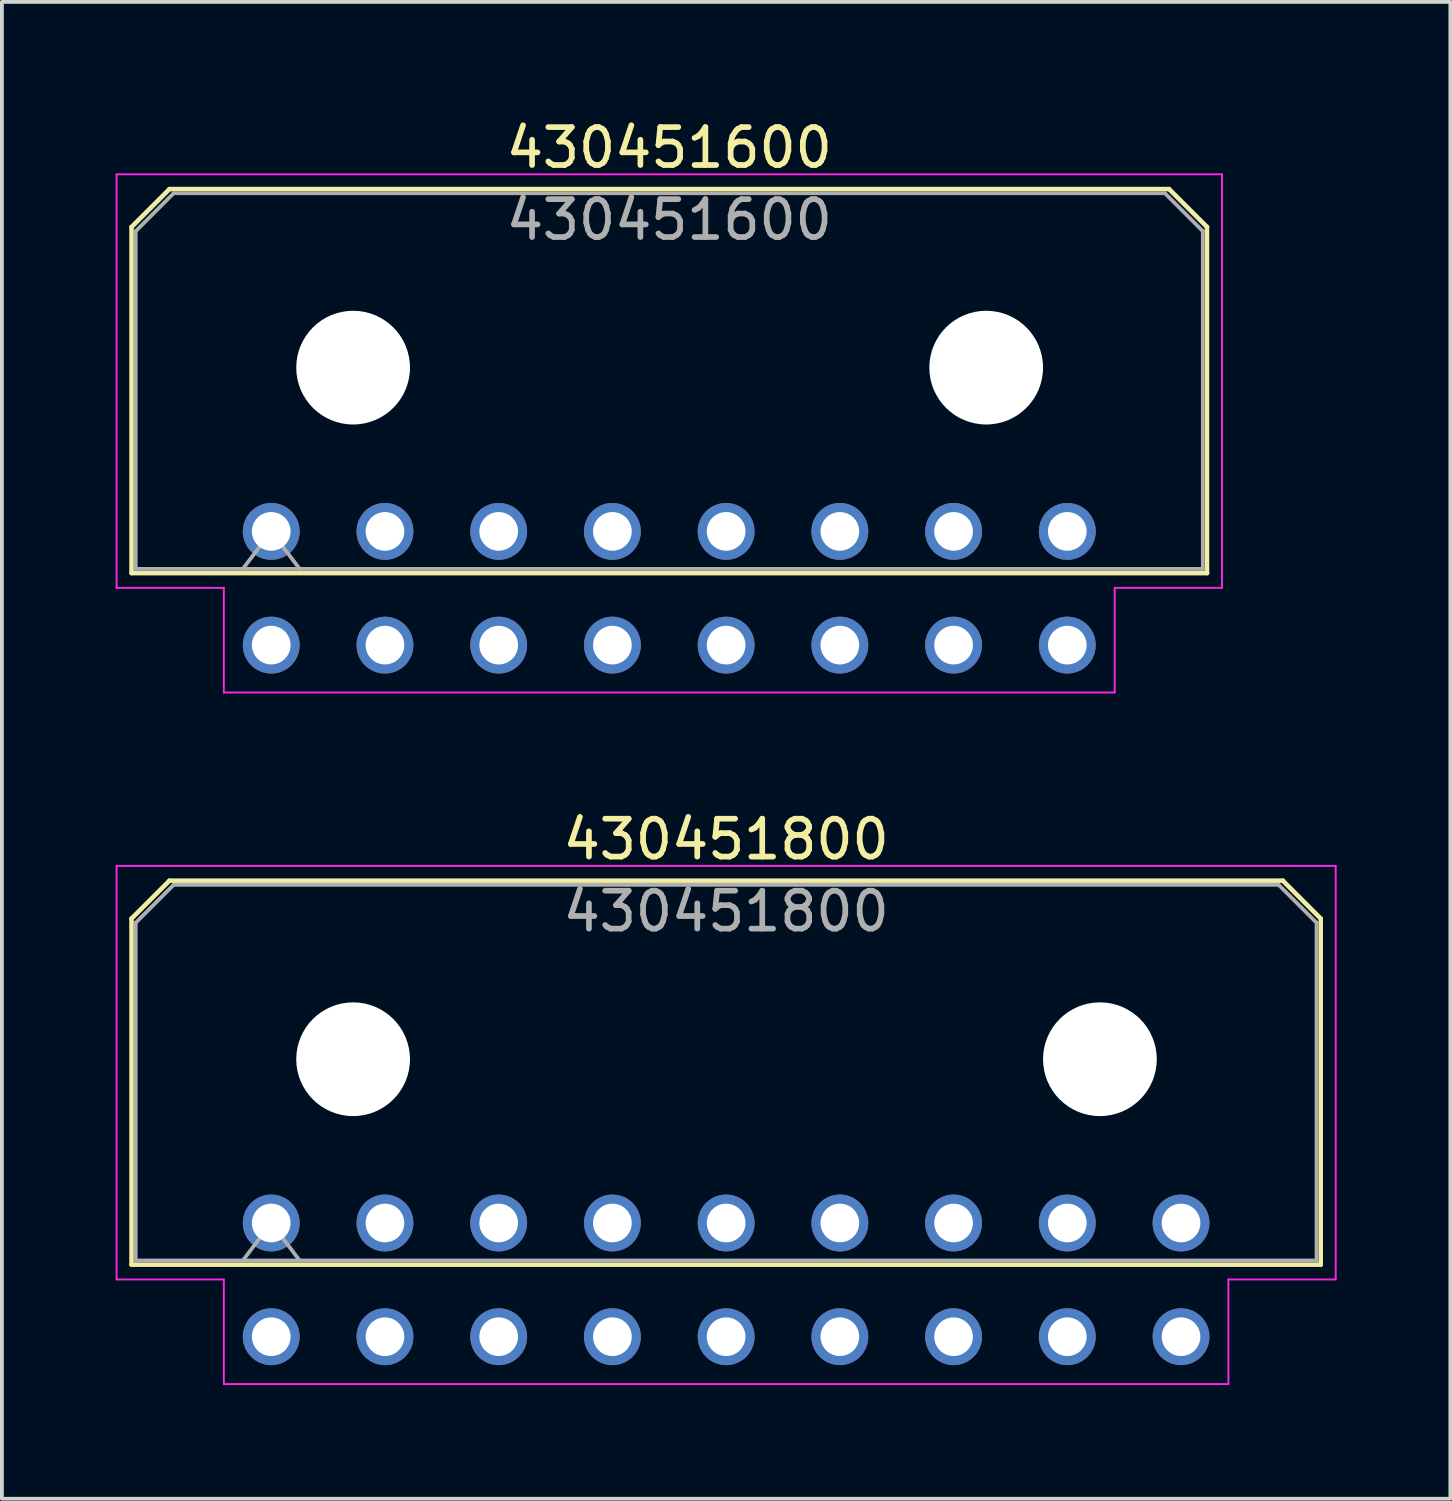
<source format=kicad_pcb>
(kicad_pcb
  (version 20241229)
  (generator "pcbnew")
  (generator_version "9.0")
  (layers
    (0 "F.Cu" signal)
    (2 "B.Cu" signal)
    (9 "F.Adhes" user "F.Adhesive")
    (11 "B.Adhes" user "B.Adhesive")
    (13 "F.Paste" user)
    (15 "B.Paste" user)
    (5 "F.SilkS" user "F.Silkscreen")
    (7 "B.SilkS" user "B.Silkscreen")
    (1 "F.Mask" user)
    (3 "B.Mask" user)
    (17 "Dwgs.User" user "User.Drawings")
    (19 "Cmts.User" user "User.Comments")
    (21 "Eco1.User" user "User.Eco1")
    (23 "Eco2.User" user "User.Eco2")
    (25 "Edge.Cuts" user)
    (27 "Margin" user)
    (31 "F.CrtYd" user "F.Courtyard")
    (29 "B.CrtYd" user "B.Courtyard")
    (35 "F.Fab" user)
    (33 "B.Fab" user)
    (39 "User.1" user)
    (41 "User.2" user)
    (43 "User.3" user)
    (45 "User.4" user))
  (footprint "430451800"
    (layer "F.Cu")
    (at 4.105 29.212)
    (property "Reference" "430451800" (at 12 -10.12 0) (layer "F.SilkS") (effects (font (size 1 1) (thickness 0.15))))
    (attr through_hole)
    (fp_line (start -3.685 -8.03) (end -2.685 -9.03) (stroke (width 0.12) (type solid)) (layer "F.SilkS"))
    (fp_line (start -3.685 1.1) (end -3.685 -8.03) (stroke (width 0.12) (type solid)) (layer "F.SilkS"))
    (fp_line (start -2.685 -9.03) (end 26.685 -9.03) (stroke (width 0.12) (type solid)) (layer "F.SilkS"))
    (fp_line (start 26.685 -9.03) (end 27.685 -8.03) (stroke (width 0.12) (type solid)) (layer "F.SilkS"))
    (fp_line (start 27.685 -8.03) (end 27.685 1.1) (stroke (width 0.12) (type solid)) (layer "F.SilkS"))
    (fp_line (start 27.685 1.1) (end -3.685 1.1) (stroke (width 0.12) (type solid)) (layer "F.SilkS"))
    (fp_line (start -4.08 -9.42) (end 28.08 -9.42) (stroke (width 0.05) (type solid)) (layer "F.CrtYd"))
    (fp_line (start -4.08 1.49) (end -4.08 -9.42) (stroke (width 0.05) (type solid)) (layer "F.CrtYd"))
    (fp_line (start -1.25 1.49) (end -4.08 1.49) (stroke (width 0.05) (type solid)) (layer "F.CrtYd"))
    (fp_line (start -1.25 4.25) (end -1.25 1.49) (stroke (width 0.05) (type solid)) (layer "F.CrtYd"))
    (fp_line (start 25.25 1.49) (end 25.25 4.25) (stroke (width 0.05) (type solid)) (layer "F.CrtYd"))
    (fp_line (start 25.25 4.25) (end -1.25 4.25) (stroke (width 0.05) (type solid)) (layer "F.CrtYd"))
    (fp_line (start 28.08 -9.42) (end 28.08 1.49) (stroke (width 0.05) (type solid)) (layer "F.CrtYd"))
    (fp_line (start 28.08 1.49) (end 25.25 1.49) (stroke (width 0.05) (type solid)) (layer "F.CrtYd"))
    (fp_line (start -3.575 -7.92) (end -2.575 -8.92) (stroke (width 0.1) (type solid)) (layer "F.Fab"))
    (fp_line (start -3.575 0.99) (end -3.575 -7.92) (stroke (width 0.1) (type solid)) (layer "F.Fab"))
    (fp_line (start -2.575 -8.92) (end 26.575 -8.92) (stroke (width 0.1) (type solid)) (layer "F.Fab"))
    (fp_line (start -0.75 0.99) (end 0 0) (stroke (width 0.1) (type solid)) (layer "F.Fab"))
    (fp_line (start 0 0) (end 0.75 0.99) (stroke (width 0.1) (type solid)) (layer "F.Fab"))
    (fp_line (start 26.575 -8.92) (end 27.575 -7.92) (stroke (width 0.1) (type solid)) (layer "F.Fab"))
    (fp_line (start 27.575 -7.92) (end 27.575 0.99) (stroke (width 0.1) (type solid)) (layer "F.Fab"))
    (fp_line (start 27.575 0.99) (end -3.575 0.99) (stroke (width 0.1) (type solid)) (layer "F.Fab"))
    (fp_text user "${REFERENCE}" (at 12 -8.22 0) (layer "F.Fab") (effects (font (size 1 1) (thickness 0.15))))
    (pad "" np_thru_hole circle (at 2.16 -4.32) (size 3 3) (drill 3) (layers "*.Cu" "*.Mask"))
    (pad "" np_thru_hole circle (at 21.86 -4.32) (size 3 3) (drill 3) (layers "*.Cu" "*.Mask"))
    (pad "1" thru_hole circle (at 0 0) (size 1.5 1.5) (drill 1.02) (layers "*.Cu" "*.Mask"))
    (pad "2" thru_hole circle (at 3 0) (size 1.5 1.5) (drill 1.02) (layers "*.Cu" "*.Mask"))
    (pad "3" thru_hole circle (at 6 0) (size 1.5 1.5) (drill 1.02) (layers "*.Cu" "*.Mask"))
    (pad "4" thru_hole circle (at 9 0) (size 1.5 1.5) (drill 1.02) (layers "*.Cu" "*.Mask"))
    (pad "5" thru_hole circle (at 12 0) (size 1.5 1.5) (drill 1.02) (layers "*.Cu" "*.Mask"))
    (pad "6" thru_hole circle (at 15 0) (size 1.5 1.5) (drill 1.02) (layers "*.Cu" "*.Mask"))
    (pad "7" thru_hole circle (at 18 0) (size 1.5 1.5) (drill 1.02) (layers "*.Cu" "*.Mask"))
    (pad "8" thru_hole circle (at 21 0) (size 1.5 1.5) (drill 1.02) (layers "*.Cu" "*.Mask"))
    (pad "9" thru_hole circle (at 24 0) (size 1.5 1.5) (drill 1.02) (layers "*.Cu" "*.Mask"))
    (pad "10" thru_hole circle (at 0 3) (size 1.5 1.5) (drill 1.02) (layers "*.Cu" "*.Mask"))
    (pad "11" thru_hole circle (at 3 3) (size 1.5 1.5) (drill 1.02) (layers "*.Cu" "*.Mask"))
    (pad "12" thru_hole circle (at 6 3) (size 1.5 1.5) (drill 1.02) (layers "*.Cu" "*.Mask"))
    (pad "13" thru_hole circle (at 9 3) (size 1.5 1.5) (drill 1.02) (layers "*.Cu" "*.Mask"))
    (pad "14" thru_hole circle (at 12 3) (size 1.5 1.5) (drill 1.02) (layers "*.Cu" "*.Mask"))
    (pad "15" thru_hole circle (at 15 3) (size 1.5 1.5) (drill 1.02) (layers "*.Cu" "*.Mask"))
    (pad "16" thru_hole circle (at 18 3) (size 1.5 1.5) (drill 1.02) (layers "*.Cu" "*.Mask"))
    (pad "17" thru_hole circle (at 21 3) (size 1.5 1.5) (drill 1.02) (layers "*.Cu" "*.Mask"))
    (pad "18" thru_hole circle (at 24 3) (size 1.5 1.5) (drill 1.02) (layers "*.Cu" "*.Mask")))
  (footprint "430451600"
    (layer "F.Cu")
    (at 4.105 10.968)
    (property "Reference" "430451600" (at 10.5 -10.12 0) (layer "F.SilkS") (effects (font (size 1 1) (thickness 0.15))))
    (attr through_hole)
    (fp_line (start -3.685 -8.03) (end -2.685 -9.03) (stroke (width 0.12) (type solid)) (layer "F.SilkS"))
    (fp_line (start -3.685 1.1) (end -3.685 -8.03) (stroke (width 0.12) (type solid)) (layer "F.SilkS"))
    (fp_line (start -2.685 -9.03) (end 23.685 -9.03) (stroke (width 0.12) (type solid)) (layer "F.SilkS"))
    (fp_line (start 23.685 -9.03) (end 24.685 -8.03) (stroke (width 0.12) (type solid)) (layer "F.SilkS"))
    (fp_line (start 24.685 -8.03) (end 24.685 1.1) (stroke (width 0.12) (type solid)) (layer "F.SilkS"))
    (fp_line (start 24.685 1.1) (end -3.685 1.1) (stroke (width 0.12) (type solid)) (layer "F.SilkS"))
    (fp_line (start -4.08 -9.42) (end 25.08 -9.42) (stroke (width 0.05) (type solid)) (layer "F.CrtYd"))
    (fp_line (start -4.08 1.49) (end -4.08 -9.42) (stroke (width 0.05) (type solid)) (layer "F.CrtYd"))
    (fp_line (start -1.25 1.49) (end -4.08 1.49) (stroke (width 0.05) (type solid)) (layer "F.CrtYd"))
    (fp_line (start -1.25 4.25) (end -1.25 1.49) (stroke (width 0.05) (type solid)) (layer "F.CrtYd"))
    (fp_line (start 22.25 1.49) (end 22.25 4.25) (stroke (width 0.05) (type solid)) (layer "F.CrtYd"))
    (fp_line (start 22.25 4.25) (end -1.25 4.25) (stroke (width 0.05) (type solid)) (layer "F.CrtYd"))
    (fp_line (start 25.08 -9.42) (end 25.08 1.49) (stroke (width 0.05) (type solid)) (layer "F.CrtYd"))
    (fp_line (start 25.08 1.49) (end 22.25 1.49) (stroke (width 0.05) (type solid)) (layer "F.CrtYd"))
    (fp_line (start -3.575 -7.92) (end -2.575 -8.92) (stroke (width 0.1) (type solid)) (layer "F.Fab"))
    (fp_line (start -3.575 0.99) (end -3.575 -7.92) (stroke (width 0.1) (type solid)) (layer "F.Fab"))
    (fp_line (start -2.575 -8.92) (end 23.575 -8.92) (stroke (width 0.1) (type solid)) (layer "F.Fab"))
    (fp_line (start -0.75 0.99) (end 0 0) (stroke (width 0.1) (type solid)) (layer "F.Fab"))
    (fp_line (start 0 0) (end 0.75 0.99) (stroke (width 0.1) (type solid)) (layer "F.Fab"))
    (fp_line (start 23.575 -8.92) (end 24.575 -7.92) (stroke (width 0.1) (type solid)) (layer "F.Fab"))
    (fp_line (start 24.575 -7.92) (end 24.575 0.99) (stroke (width 0.1) (type solid)) (layer "F.Fab"))
    (fp_line (start 24.575 0.99) (end -3.575 0.99) (stroke (width 0.1) (type solid)) (layer "F.Fab"))
    (fp_text user "${REFERENCE}" (at 10.5 -8.22 0) (layer "F.Fab") (effects (font (size 1 1) (thickness 0.15))))
    (pad "" np_thru_hole circle (at 2.16 -4.32) (size 3 3) (drill 3) (layers "*.Cu" "*.Mask"))
    (pad "" np_thru_hole circle (at 18.86 -4.32) (size 3 3) (drill 3) (layers "*.Cu" "*.Mask"))
    (pad "1" thru_hole circle (at 0 0) (size 1.5 1.5) (drill 1.02) (layers "*.Cu" "*.Mask"))
    (pad "2" thru_hole circle (at 3 0) (size 1.5 1.5) (drill 1.02) (layers "*.Cu" "*.Mask"))
    (pad "3" thru_hole circle (at 6 0) (size 1.5 1.5) (drill 1.02) (layers "*.Cu" "*.Mask"))
    (pad "4" thru_hole circle (at 9 0) (size 1.5 1.5) (drill 1.02) (layers "*.Cu" "*.Mask"))
    (pad "5" thru_hole circle (at 12 0) (size 1.5 1.5) (drill 1.02) (layers "*.Cu" "*.Mask"))
    (pad "6" thru_hole circle (at 15 0) (size 1.5 1.5) (drill 1.02) (layers "*.Cu" "*.Mask"))
    (pad "7" thru_hole circle (at 18 0) (size 1.5 1.5) (drill 1.02) (layers "*.Cu" "*.Mask"))
    (pad "8" thru_hole circle (at 21 0) (size 1.5 1.5) (drill 1.02) (layers "*.Cu" "*.Mask"))
    (pad "9" thru_hole circle (at 0 3) (size 1.5 1.5) (drill 1.02) (layers "*.Cu" "*.Mask"))
    (pad "10" thru_hole circle (at 3 3) (size 1.5 1.5) (drill 1.02) (layers "*.Cu" "*.Mask"))
    (pad "11" thru_hole circle (at 6 3) (size 1.5 1.5) (drill 1.02) (layers "*.Cu" "*.Mask"))
    (pad "12" thru_hole circle (at 9 3) (size 1.5 1.5) (drill 1.02) (layers "*.Cu" "*.Mask"))
    (pad "13" thru_hole circle (at 12 3) (size 1.5 1.5) (drill 1.02) (layers "*.Cu" "*.Mask"))
    (pad "14" thru_hole circle (at 15 3) (size 1.5 1.5) (drill 1.02) (layers "*.Cu" "*.Mask"))
    (pad "15" thru_hole circle (at 18 3) (size 1.5 1.5) (drill 1.02) (layers "*.Cu" "*.Mask"))
    (pad "16" thru_hole circle (at 21 3) (size 1.5 1.5) (drill 1.02) (layers "*.Cu" "*.Mask")))
  (gr_rect
    (start -3 -3)
    (end 35.21 36.486)
    (stroke (width 0.1) (type default))
    (fill no)
    (layer "Edge.Cuts")))
</source>
